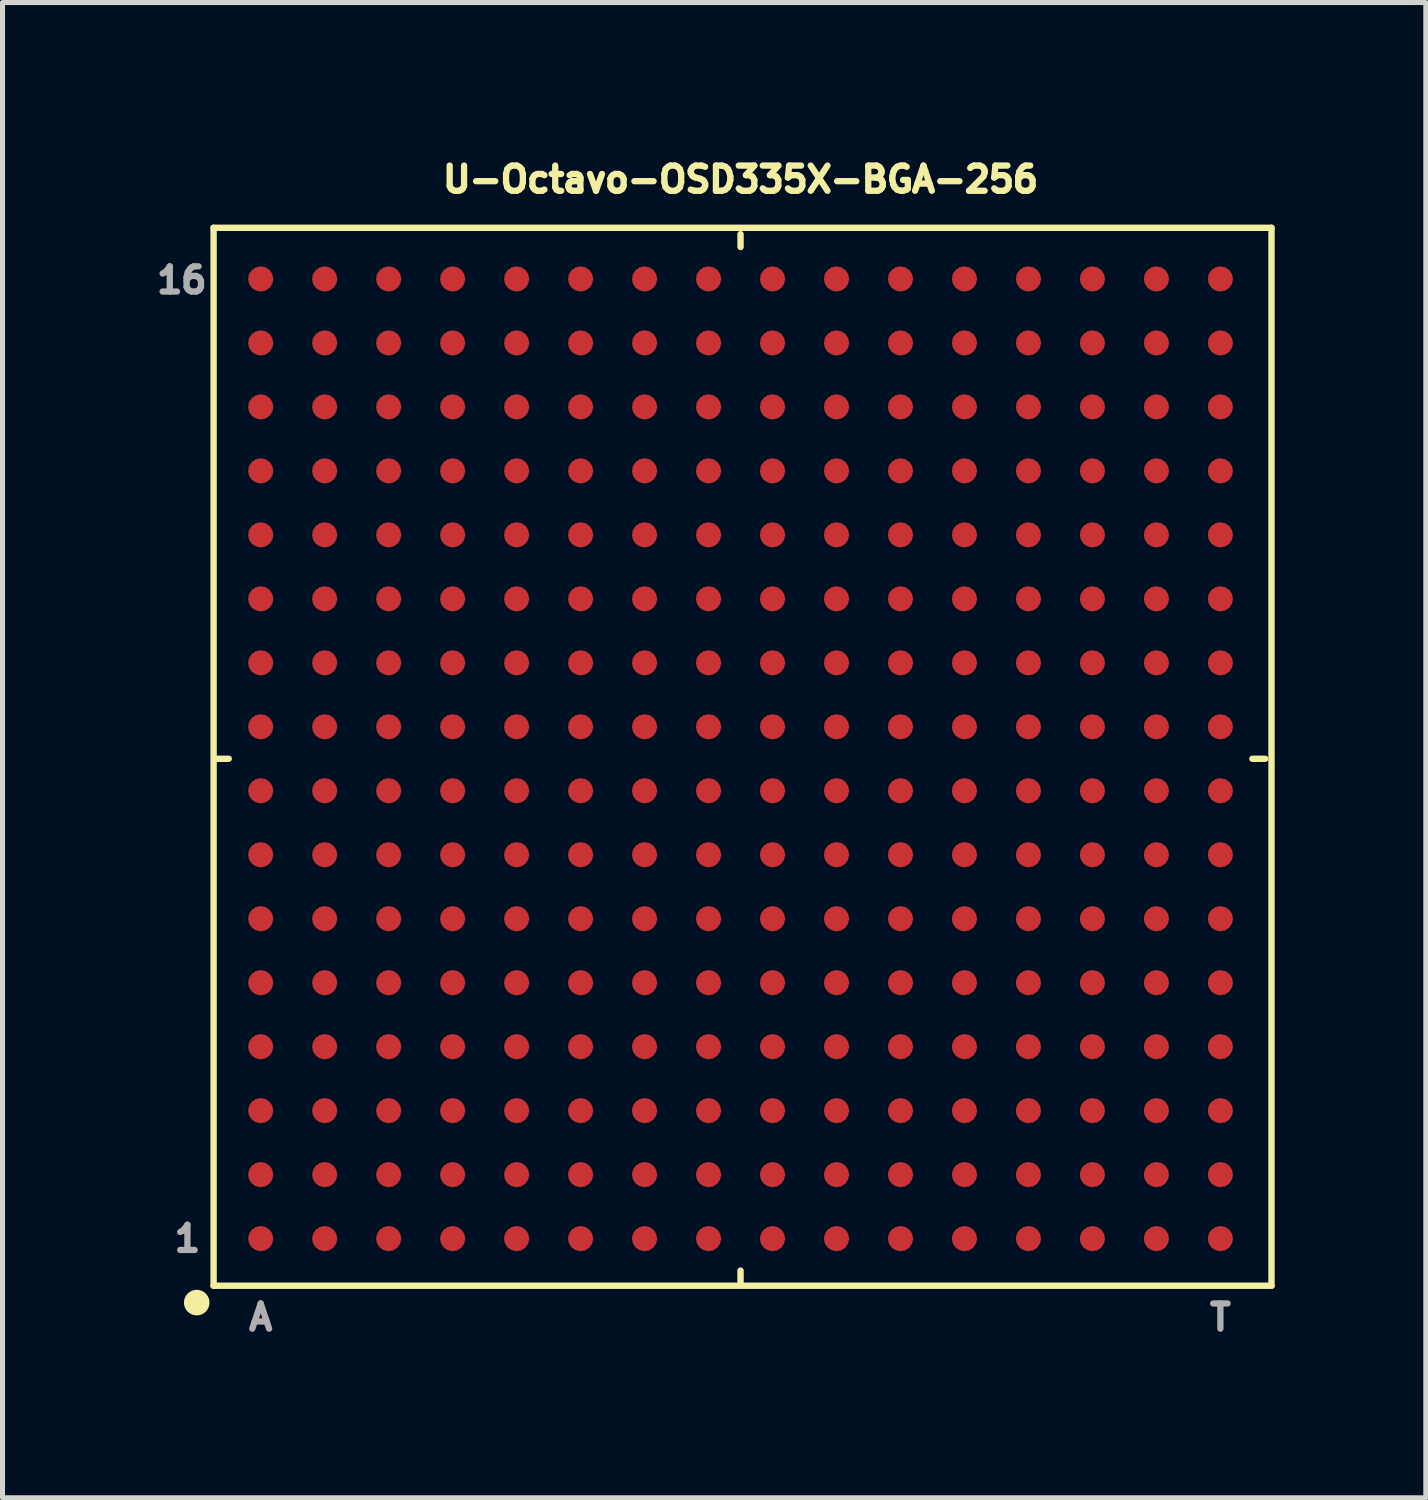
<source format=kicad_pcb>
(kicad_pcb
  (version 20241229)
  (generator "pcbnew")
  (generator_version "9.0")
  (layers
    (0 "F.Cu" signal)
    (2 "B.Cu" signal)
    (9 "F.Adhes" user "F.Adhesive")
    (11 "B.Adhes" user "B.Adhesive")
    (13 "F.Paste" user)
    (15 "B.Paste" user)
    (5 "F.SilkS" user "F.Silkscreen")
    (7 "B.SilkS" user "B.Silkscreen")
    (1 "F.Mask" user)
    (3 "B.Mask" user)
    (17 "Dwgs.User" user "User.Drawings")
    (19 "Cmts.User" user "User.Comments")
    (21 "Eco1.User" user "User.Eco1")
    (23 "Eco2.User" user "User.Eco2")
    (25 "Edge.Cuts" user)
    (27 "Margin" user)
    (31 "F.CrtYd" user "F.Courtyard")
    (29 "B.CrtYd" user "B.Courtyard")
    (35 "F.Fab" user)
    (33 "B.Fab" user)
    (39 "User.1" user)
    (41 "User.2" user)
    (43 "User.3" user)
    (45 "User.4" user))
  (footprint "U-Octavo-OSD335X-BGA-256"
    (layer "F.Cu")
    (at 11.65 12.012)
    (property "Reference" "U-Octavo-OSD335X-BGA-256" (at 0 -11.5 180) (layer "F.SilkS") (effects (font (size 0.5 0.5) (thickness 0.125) (bold yes))))
    (fp_line (start -10.46 -10.54) (end -10.46 10.46) (stroke (width 0.127) (type solid)) (layer "F.SilkS"))
    (fp_line (start -10.46 10.46) (end 10.54 10.46) (stroke (width 0.127) (type solid)) (layer "F.SilkS"))
    (fp_line (start -10.414 0) (end -10.16 0) (stroke (width 0.127) (type solid)) (layer "F.SilkS"))
    (fp_line (start 0 -10.414) (end 0 -10.16) (stroke (width 0.127) (type solid)) (layer "F.SilkS"))
    (fp_line (start 0 10.414) (end 0 10.16) (stroke (width 0.127) (type solid)) (layer "F.SilkS"))
    (fp_line (start 10.414 0) (end 10.16 0) (stroke (width 0.127) (type solid)) (layer "F.SilkS"))
    (fp_line (start 10.54 -10.54) (end -10.46 -10.54) (stroke (width 0.127) (type solid)) (layer "F.SilkS"))
    (fp_line (start 10.54 10.46) (end 10.54 -10.54) (stroke (width 0.127) (type solid)) (layer "F.SilkS"))
    (fp_circle (center -10.795 10.795) (end -10.668 10.795) (stroke (width 0.254) (type solid)) (fill no) (layer "F.SilkS"))
    (fp_text user "A" (at -9.525 10.795 180) (layer "F.Fab") (effects (font (size 0.5 0.5) (thickness 0.125) (bold yes)) (justify top)))
    (fp_text user "1" (at -11.3 9.525 180) (layer "F.Fab") (effects (font (size 0.5 0.5) (thickness 0.125) (bold yes)) (justify left)))
    (fp_text user "16" (at -11.65 -9.5 180) (layer "F.Fab") (effects (font (size 0.5 0.5) (thickness 0.125) (bold yes)) (justify left)))
    (fp_text user "T" (at 9.525 10.795 180) (layer "F.Fab") (effects (font (size 0.5 0.5) (thickness 0.125) (bold yes)) (justify top)))
    (pad "A1" smd roundrect (at -9.525 9.525) (size 0.5 0.5) (layers "F.Cu" "F.Mask" "F.Paste") (roundrect_rratio 0.5))
    (pad "A2" smd roundrect (at -9.525 8.255) (size 0.5 0.5) (layers "F.Cu" "F.Mask" "F.Paste") (roundrect_rratio 0.5))
    (pad "A3" smd roundrect (at -9.525 6.985) (size 0.5 0.5) (layers "F.Cu" "F.Mask" "F.Paste") (roundrect_rratio 0.5))
    (pad "A4" smd roundrect (at -9.525 5.715) (size 0.5 0.5) (layers "F.Cu" "F.Mask" "F.Paste") (roundrect_rratio 0.5))
    (pad "A5" smd roundrect (at -9.525 4.445) (size 0.5 0.5) (layers "F.Cu" "F.Mask" "F.Paste") (roundrect_rratio 0.5))
    (pad "A6" smd roundrect (at -9.525 3.175) (size 0.5 0.5) (layers "F.Cu" "F.Mask" "F.Paste") (roundrect_rratio 0.5))
    (pad "A7" smd roundrect (at -9.525 1.905) (size 0.5 0.5) (layers "F.Cu" "F.Mask" "F.Paste") (roundrect_rratio 0.5))
    (pad "A8" smd roundrect (at -9.525 0.635) (size 0.5 0.5) (layers "F.Cu" "F.Mask" "F.Paste") (roundrect_rratio 0.5))
    (pad "A9" smd roundrect (at -9.525 -0.635) (size 0.5 0.5) (layers "F.Cu" "F.Mask" "F.Paste") (roundrect_rratio 0.5))
    (pad "A10" smd roundrect (at -9.525 -1.905) (size 0.5 0.5) (layers "F.Cu" "F.Mask" "F.Paste") (roundrect_rratio 0.5))
    (pad "A11" smd roundrect (at -9.525 -3.175) (size 0.5 0.5) (layers "F.Cu" "F.Mask" "F.Paste") (roundrect_rratio 0.5))
    (pad "A12" smd roundrect (at -9.525 -4.445) (size 0.5 0.5) (layers "F.Cu" "F.Mask" "F.Paste") (roundrect_rratio 0.5))
    (pad "A13" smd roundrect (at -9.525 -5.715) (size 0.5 0.5) (layers "F.Cu" "F.Mask" "F.Paste") (roundrect_rratio 0.5))
    (pad "A14" smd roundrect (at -9.525 -6.985) (size 0.5 0.5) (layers "F.Cu" "F.Mask" "F.Paste") (roundrect_rratio 0.5))
    (pad "A15" smd roundrect (at -9.525 -8.255) (size 0.5 0.5) (layers "F.Cu" "F.Mask" "F.Paste") (roundrect_rratio 0.5))
    (pad "A16" smd roundrect (at -9.525 -9.525) (size 0.5 0.5) (layers "F.Cu" "F.Mask" "F.Paste") (roundrect_rratio 0.5))
    (pad "B1" smd roundrect (at -8.255 9.525) (size 0.5 0.5) (layers "F.Cu" "F.Mask" "F.Paste") (roundrect_rratio 0.5))
    (pad "B2" smd roundrect (at -8.255 8.255) (size 0.5 0.5) (layers "F.Cu" "F.Mask" "F.Paste") (roundrect_rratio 0.5))
    (pad "B3" smd roundrect (at -8.255 6.985) (size 0.5 0.5) (layers "F.Cu" "F.Mask" "F.Paste") (roundrect_rratio 0.5))
    (pad "B4" smd roundrect (at -8.255 5.715) (size 0.5 0.5) (layers "F.Cu" "F.Mask" "F.Paste") (roundrect_rratio 0.5))
    (pad "B5" smd roundrect (at -8.255 4.445) (size 0.5 0.5) (layers "F.Cu" "F.Mask" "F.Paste") (roundrect_rratio 0.5))
    (pad "B6" smd roundrect (at -8.255 3.175) (size 0.5 0.5) (layers "F.Cu" "F.Mask" "F.Paste") (roundrect_rratio 0.5))
    (pad "B7" smd roundrect (at -8.255 1.905) (size 0.5 0.5) (layers "F.Cu" "F.Mask" "F.Paste") (roundrect_rratio 0.5))
    (pad "B8" smd roundrect (at -8.255 0.635) (size 0.5 0.5) (layers "F.Cu" "F.Mask" "F.Paste") (roundrect_rratio 0.5))
    (pad "B9" smd roundrect (at -8.255 -0.635) (size 0.5 0.5) (layers "F.Cu" "F.Mask" "F.Paste") (roundrect_rratio 0.5))
    (pad "B10" smd roundrect (at -8.255 -1.905) (size 0.5 0.5) (layers "F.Cu" "F.Mask" "F.Paste") (roundrect_rratio 0.5))
    (pad "B11" smd roundrect (at -8.255 -3.175) (size 0.5 0.5) (layers "F.Cu" "F.Mask" "F.Paste") (roundrect_rratio 0.5))
    (pad "B12" smd roundrect (at -8.255 -4.445) (size 0.5 0.5) (layers "F.Cu" "F.Mask" "F.Paste") (roundrect_rratio 0.5))
    (pad "B13" smd roundrect (at -8.255 -5.715) (size 0.5 0.5) (layers "F.Cu" "F.Mask" "F.Paste") (roundrect_rratio 0.5))
    (pad "B14" smd roundrect (at -8.255 -6.985) (size 0.5 0.5) (layers "F.Cu" "F.Mask" "F.Paste") (roundrect_rratio 0.5))
    (pad "B15" smd roundrect (at -8.255 -8.255) (size 0.5 0.5) (layers "F.Cu" "F.Mask" "F.Paste") (roundrect_rratio 0.5))
    (pad "B16" smd roundrect (at -8.255 -9.525) (size 0.5 0.5) (layers "F.Cu" "F.Mask" "F.Paste") (roundrect_rratio 0.5))
    (pad "C1" smd roundrect (at -6.985 9.525) (size 0.5 0.5) (layers "F.Cu" "F.Mask" "F.Paste") (roundrect_rratio 0.5))
    (pad "C2" smd roundrect (at -6.985 8.255) (size 0.5 0.5) (layers "F.Cu" "F.Mask" "F.Paste") (roundrect_rratio 0.5))
    (pad "C3" smd roundrect (at -6.985 6.985) (size 0.5 0.5) (layers "F.Cu" "F.Mask" "F.Paste") (roundrect_rratio 0.5))
    (pad "C4" smd roundrect (at -6.985 5.715) (size 0.5 0.5) (layers "F.Cu" "F.Mask" "F.Paste") (roundrect_rratio 0.5))
    (pad "C5" smd roundrect (at -6.985 4.445) (size 0.5 0.5) (layers "F.Cu" "F.Mask" "F.Paste") (roundrect_rratio 0.5))
    (pad "C6" smd roundrect (at -6.985 3.175) (size 0.5 0.5) (layers "F.Cu" "F.Mask" "F.Paste") (roundrect_rratio 0.5))
    (pad "C7" smd roundrect (at -6.985 1.905) (size 0.5 0.5) (layers "F.Cu" "F.Mask" "F.Paste") (roundrect_rratio 0.5))
    (pad "C8" smd roundrect (at -6.985 0.635) (size 0.5 0.5) (layers "F.Cu" "F.Mask" "F.Paste") (roundrect_rratio 0.5))
    (pad "C9" smd roundrect (at -6.985 -0.635) (size 0.5 0.5) (layers "F.Cu" "F.Mask" "F.Paste") (roundrect_rratio 0.5))
    (pad "C10" smd roundrect (at -6.985 -1.905) (size 0.5 0.5) (layers "F.Cu" "F.Mask" "F.Paste") (roundrect_rratio 0.5))
    (pad "C11" smd roundrect (at -6.985 -3.175) (size 0.5 0.5) (layers "F.Cu" "F.Mask" "F.Paste") (roundrect_rratio 0.5))
    (pad "C12" smd roundrect (at -6.985 -4.445) (size 0.5 0.5) (layers "F.Cu" "F.Mask" "F.Paste") (roundrect_rratio 0.5))
    (pad "C13" smd roundrect (at -6.985 -5.715) (size 0.5 0.5) (layers "F.Cu" "F.Mask" "F.Paste") (roundrect_rratio 0.5))
    (pad "C14" smd roundrect (at -6.985 -6.985) (size 0.5 0.5) (layers "F.Cu" "F.Mask" "F.Paste") (roundrect_rratio 0.5))
    (pad "C15" smd roundrect (at -6.985 -8.255) (size 0.5 0.5) (layers "F.Cu" "F.Mask" "F.Paste") (roundrect_rratio 0.5))
    (pad "C16" smd roundrect (at -6.985 -9.525) (size 0.5 0.5) (layers "F.Cu" "F.Mask" "F.Paste") (roundrect_rratio 0.5))
    (pad "D1" smd roundrect (at -5.715 9.525) (size 0.5 0.5) (layers "F.Cu" "F.Mask" "F.Paste") (roundrect_rratio 0.5))
    (pad "D2" smd roundrect (at -5.715 8.255) (size 0.5 0.5) (layers "F.Cu" "F.Mask" "F.Paste") (roundrect_rratio 0.5))
    (pad "D3" smd roundrect (at -5.715 6.985) (size 0.5 0.5) (layers "F.Cu" "F.Mask" "F.Paste") (roundrect_rratio 0.5))
    (pad "D4" smd roundrect (at -5.715 5.715) (size 0.5 0.5) (layers "F.Cu" "F.Mask" "F.Paste") (roundrect_rratio 0.5))
    (pad "D5" smd roundrect (at -5.715 4.445) (size 0.5 0.5) (layers "F.Cu" "F.Mask" "F.Paste") (roundrect_rratio 0.5))
    (pad "D6" smd roundrect (at -5.715 3.175) (size 0.5 0.5) (layers "F.Cu" "F.Mask" "F.Paste") (roundrect_rratio 0.5))
    (pad "D7" smd roundrect (at -5.715 1.905) (size 0.5 0.5) (layers "F.Cu" "F.Mask" "F.Paste") (roundrect_rratio 0.5))
    (pad "D8" smd roundrect (at -5.715 0.635) (size 0.5 0.5) (layers "F.Cu" "F.Mask" "F.Paste") (roundrect_rratio 0.5))
    (pad "D9" smd roundrect (at -5.715 -0.635) (size 0.5 0.5) (layers "F.Cu" "F.Mask" "F.Paste") (roundrect_rratio 0.5))
    (pad "D10" smd roundrect (at -5.715 -1.905) (size 0.5 0.5) (layers "F.Cu" "F.Mask" "F.Paste") (roundrect_rratio 0.5))
    (pad "D11" smd roundrect (at -5.715 -3.175) (size 0.5 0.5) (layers "F.Cu" "F.Mask" "F.Paste") (roundrect_rratio 0.5))
    (pad "D12" smd roundrect (at -5.715 -4.445) (size 0.5 0.5) (layers "F.Cu" "F.Mask" "F.Paste") (roundrect_rratio 0.5))
    (pad "D13" smd roundrect (at -5.715 -5.715) (size 0.5 0.5) (layers "F.Cu" "F.Mask" "F.Paste") (roundrect_rratio 0.5))
    (pad "D14" smd roundrect (at -5.715 -6.985) (size 0.5 0.5) (layers "F.Cu" "F.Mask" "F.Paste") (roundrect_rratio 0.5))
    (pad "D15" smd roundrect (at -5.715 -8.255) (size 0.5 0.5) (layers "F.Cu" "F.Mask" "F.Paste") (roundrect_rratio 0.5))
    (pad "D16" smd roundrect (at -5.715 -9.525) (size 0.5 0.5) (layers "F.Cu" "F.Mask" "F.Paste") (roundrect_rratio 0.5))
    (pad "E1" smd roundrect (at -4.445 9.525) (size 0.5 0.5) (layers "F.Cu" "F.Mask" "F.Paste") (roundrect_rratio 0.5))
    (pad "E2" smd roundrect (at -4.445 8.255) (size 0.5 0.5) (layers "F.Cu" "F.Mask" "F.Paste") (roundrect_rratio 0.5))
    (pad "E3" smd roundrect (at -4.445 6.985) (size 0.5 0.5) (layers "F.Cu" "F.Mask" "F.Paste") (roundrect_rratio 0.5))
    (pad "E4" smd roundrect (at -4.445 5.715) (size 0.5 0.5) (layers "F.Cu" "F.Mask" "F.Paste") (roundrect_rratio 0.5))
    (pad "E5" smd roundrect (at -4.445 4.445) (size 0.5 0.5) (layers "F.Cu" "F.Mask" "F.Paste") (roundrect_rratio 0.5))
    (pad "E6" smd roundrect (at -4.445 3.175) (size 0.5 0.5) (layers "F.Cu" "F.Mask" "F.Paste") (roundrect_rratio 0.5))
    (pad "E7" smd roundrect (at -4.445 1.905) (size 0.5 0.5) (layers "F.Cu" "F.Mask" "F.Paste") (roundrect_rratio 0.5))
    (pad "E8" smd roundrect (at -4.445 0.635) (size 0.5 0.5) (layers "F.Cu" "F.Mask" "F.Paste") (roundrect_rratio 0.5))
    (pad "E9" smd roundrect (at -4.445 -0.635) (size 0.5 0.5) (layers "F.Cu" "F.Mask" "F.Paste") (roundrect_rratio 0.5))
    (pad "E10" smd roundrect (at -4.445 -1.905) (size 0.5 0.5) (layers "F.Cu" "F.Mask" "F.Paste") (roundrect_rratio 0.5))
    (pad "E11" smd roundrect (at -4.445 -3.175) (size 0.5 0.5) (layers "F.Cu" "F.Mask" "F.Paste") (roundrect_rratio 0.5))
    (pad "E12" smd roundrect (at -4.445 -4.445) (size 0.5 0.5) (layers "F.Cu" "F.Mask" "F.Paste") (roundrect_rratio 0.5))
    (pad "E13" smd roundrect (at -4.445 -5.715) (size 0.5 0.5) (layers "F.Cu" "F.Mask" "F.Paste") (roundrect_rratio 0.5))
    (pad "E14" smd roundrect (at -4.445 -6.985) (size 0.5 0.5) (layers "F.Cu" "F.Mask" "F.Paste") (roundrect_rratio 0.5))
    (pad "E15" smd roundrect (at -4.445 -8.255) (size 0.5 0.5) (layers "F.Cu" "F.Mask" "F.Paste") (roundrect_rratio 0.5))
    (pad "E16" smd roundrect (at -4.445 -9.525) (size 0.5 0.5) (layers "F.Cu" "F.Mask" "F.Paste") (roundrect_rratio 0.5))
    (pad "F1" smd roundrect (at -3.175 9.525) (size 0.5 0.5) (layers "F.Cu" "F.Mask" "F.Paste") (roundrect_rratio 0.5))
    (pad "F2" smd roundrect (at -3.175 8.255) (size 0.5 0.5) (layers "F.Cu" "F.Mask" "F.Paste") (roundrect_rratio 0.5))
    (pad "F3" smd roundrect (at -3.175 6.985) (size 0.5 0.5) (layers "F.Cu" "F.Mask" "F.Paste") (roundrect_rratio 0.5))
    (pad "F4" smd roundrect (at -3.175 5.715) (size 0.5 0.5) (layers "F.Cu" "F.Mask" "F.Paste") (roundrect_rratio 0.5))
    (pad "F5" smd roundrect (at -3.175 4.445) (size 0.5 0.5) (layers "F.Cu" "F.Mask" "F.Paste") (roundrect_rratio 0.5))
    (pad "F6" smd roundrect (at -3.175 3.175) (size 0.5 0.5) (layers "F.Cu" "F.Mask" "F.Paste") (roundrect_rratio 0.5))
    (pad "F7" smd roundrect (at -3.175 1.905) (size 0.5 0.5) (layers "F.Cu" "F.Mask" "F.Paste") (roundrect_rratio 0.5))
    (pad "F8" smd roundrect (at -3.175 0.635) (size 0.5 0.5) (layers "F.Cu" "F.Mask" "F.Paste") (roundrect_rratio 0.5))
    (pad "F9" smd roundrect (at -3.175 -0.635) (size 0.5 0.5) (layers "F.Cu" "F.Mask" "F.Paste") (roundrect_rratio 0.5))
    (pad "F10" smd roundrect (at -3.175 -1.905) (size 0.5 0.5) (layers "F.Cu" "F.Mask" "F.Paste") (roundrect_rratio 0.5))
    (pad "F11" smd roundrect (at -3.175 -3.175) (size 0.5 0.5) (layers "F.Cu" "F.Mask" "F.Paste") (roundrect_rratio 0.5))
    (pad "F12" smd roundrect (at -3.175 -4.445) (size 0.5 0.5) (layers "F.Cu" "F.Mask" "F.Paste") (roundrect_rratio 0.5))
    (pad "F13" smd roundrect (at -3.175 -5.715) (size 0.5 0.5) (layers "F.Cu" "F.Mask" "F.Paste") (roundrect_rratio 0.5))
    (pad "F14" smd roundrect (at -3.175 -6.985) (size 0.5 0.5) (layers "F.Cu" "F.Mask" "F.Paste") (roundrect_rratio 0.5))
    (pad "F15" smd roundrect (at -3.175 -8.255) (size 0.5 0.5) (layers "F.Cu" "F.Mask" "F.Paste") (roundrect_rratio 0.5))
    (pad "F16" smd roundrect (at -3.175 -9.525) (size 0.5 0.5) (layers "F.Cu" "F.Mask" "F.Paste") (roundrect_rratio 0.5))
    (pad "G1" smd roundrect (at -1.905 9.525) (size 0.5 0.5) (layers "F.Cu" "F.Mask" "F.Paste") (roundrect_rratio 0.5))
    (pad "G2" smd roundrect (at -1.905 8.255) (size 0.5 0.5) (layers "F.Cu" "F.Mask" "F.Paste") (roundrect_rratio 0.5))
    (pad "G3" smd roundrect (at -1.905 6.985) (size 0.5 0.5) (layers "F.Cu" "F.Mask" "F.Paste") (roundrect_rratio 0.5))
    (pad "G4" smd roundrect (at -1.905 5.715) (size 0.5 0.5) (layers "F.Cu" "F.Mask" "F.Paste") (roundrect_rratio 0.5))
    (pad "G5" smd roundrect (at -1.905 4.445) (size 0.5 0.5) (layers "F.Cu" "F.Mask" "F.Paste") (roundrect_rratio 0.5))
    (pad "G6" smd roundrect (at -1.905 3.175) (size 0.5 0.5) (layers "F.Cu" "F.Mask" "F.Paste") (roundrect_rratio 0.5))
    (pad "G7" smd roundrect (at -1.905 1.905) (size 0.5 0.5) (layers "F.Cu" "F.Mask" "F.Paste") (roundrect_rratio 0.5))
    (pad "G8" smd roundrect (at -1.905 0.635) (size 0.5 0.5) (layers "F.Cu" "F.Mask" "F.Paste") (roundrect_rratio 0.5))
    (pad "G9" smd roundrect (at -1.905 -0.635) (size 0.5 0.5) (layers "F.Cu" "F.Mask" "F.Paste") (roundrect_rratio 0.5))
    (pad "G10" smd roundrect (at -1.905 -1.905) (size 0.5 0.5) (layers "F.Cu" "F.Mask" "F.Paste") (roundrect_rratio 0.5))
    (pad "G11" smd roundrect (at -1.905 -3.175) (size 0.5 0.5) (layers "F.Cu" "F.Mask" "F.Paste") (roundrect_rratio 0.5))
    (pad "G12" smd roundrect (at -1.905 -4.445) (size 0.5 0.5) (layers "F.Cu" "F.Mask" "F.Paste") (roundrect_rratio 0.5))
    (pad "G13" smd roundrect (at -1.905 -5.715) (size 0.5 0.5) (layers "F.Cu" "F.Mask" "F.Paste") (roundrect_rratio 0.5))
    (pad "G14" smd roundrect (at -1.905 -6.985) (size 0.5 0.5) (layers "F.Cu" "F.Mask" "F.Paste") (roundrect_rratio 0.5))
    (pad "G15" smd roundrect (at -1.905 -8.255) (size 0.5 0.5) (layers "F.Cu" "F.Mask" "F.Paste") (roundrect_rratio 0.5))
    (pad "G16" smd roundrect (at -1.905 -9.525) (size 0.5 0.5) (layers "F.Cu" "F.Mask" "F.Paste") (roundrect_rratio 0.5))
    (pad "H1" smd roundrect (at -0.635 9.525) (size 0.5 0.5) (layers "F.Cu" "F.Mask" "F.Paste") (roundrect_rratio 0.5))
    (pad "H2" smd roundrect (at -0.635 8.255) (size 0.5 0.5) (layers "F.Cu" "F.Mask" "F.Paste") (roundrect_rratio 0.5))
    (pad "H3" smd roundrect (at -0.635 6.985) (size 0.5 0.5) (layers "F.Cu" "F.Mask" "F.Paste") (roundrect_rratio 0.5))
    (pad "H4" smd roundrect (at -0.635 5.715) (size 0.5 0.5) (layers "F.Cu" "F.Mask" "F.Paste") (roundrect_rratio 0.5))
    (pad "H5" smd roundrect (at -0.635 4.445) (size 0.5 0.5) (layers "F.Cu" "F.Mask" "F.Paste") (roundrect_rratio 0.5))
    (pad "H6" smd roundrect (at -0.635 3.175) (size 0.5 0.5) (layers "F.Cu" "F.Mask" "F.Paste") (roundrect_rratio 0.5))
    (pad "H7" smd roundrect (at -0.635 1.905) (size 0.5 0.5) (layers "F.Cu" "F.Mask" "F.Paste") (roundrect_rratio 0.5))
    (pad "H8" smd roundrect (at -0.635 0.635) (size 0.5 0.5) (layers "F.Cu" "F.Mask" "F.Paste") (roundrect_rratio 0.5))
    (pad "H9" smd roundrect (at -0.635 -0.635) (size 0.5 0.5) (layers "F.Cu" "F.Mask" "F.Paste") (roundrect_rratio 0.5))
    (pad "H10" smd roundrect (at -0.635 -1.905) (size 0.5 0.5) (layers "F.Cu" "F.Mask" "F.Paste") (roundrect_rratio 0.5))
    (pad "H11" smd roundrect (at -0.635 -3.175) (size 0.5 0.5) (layers "F.Cu" "F.Mask" "F.Paste") (roundrect_rratio 0.5))
    (pad "H12" smd roundrect (at -0.635 -4.445) (size 0.5 0.5) (layers "F.Cu" "F.Mask" "F.Paste") (roundrect_rratio 0.5))
    (pad "H13" smd roundrect (at -0.635 -5.715) (size 0.5 0.5) (layers "F.Cu" "F.Mask" "F.Paste") (roundrect_rratio 0.5))
    (pad "H14" smd roundrect (at -0.635 -6.985) (size 0.5 0.5) (layers "F.Cu" "F.Mask" "F.Paste") (roundrect_rratio 0.5))
    (pad "H15" smd roundrect (at -0.635 -8.255) (size 0.5 0.5) (layers "F.Cu" "F.Mask" "F.Paste") (roundrect_rratio 0.5))
    (pad "H16" smd roundrect (at -0.635 -9.525) (size 0.5 0.5) (layers "F.Cu" "F.Mask" "F.Paste") (roundrect_rratio 0.5))
    (pad "J1" smd roundrect (at 0.635 9.525) (size 0.5 0.5) (layers "F.Cu" "F.Mask" "F.Paste") (roundrect_rratio 0.5))
    (pad "J2" smd roundrect (at 0.635 8.255) (size 0.5 0.5) (layers "F.Cu" "F.Mask" "F.Paste") (roundrect_rratio 0.5))
    (pad "J3" smd roundrect (at 0.635 6.985) (size 0.5 0.5) (layers "F.Cu" "F.Mask" "F.Paste") (roundrect_rratio 0.5))
    (pad "J4" smd roundrect (at 0.635 5.715) (size 0.5 0.5) (layers "F.Cu" "F.Mask" "F.Paste") (roundrect_rratio 0.5))
    (pad "J5" smd roundrect (at 0.635 4.445) (size 0.5 0.5) (layers "F.Cu" "F.Mask" "F.Paste") (roundrect_rratio 0.5))
    (pad "J6" smd roundrect (at 0.635 3.175) (size 0.5 0.5) (layers "F.Cu" "F.Mask" "F.Paste") (roundrect_rratio 0.5))
    (pad "J7" smd roundrect (at 0.635 1.905) (size 0.5 0.5) (layers "F.Cu" "F.Mask" "F.Paste") (roundrect_rratio 0.5))
    (pad "J8" smd roundrect (at 0.635 0.635) (size 0.5 0.5) (layers "F.Cu" "F.Mask" "F.Paste") (roundrect_rratio 0.5))
    (pad "J9" smd roundrect (at 0.635 -0.635) (size 0.5 0.5) (layers "F.Cu" "F.Mask" "F.Paste") (roundrect_rratio 0.5))
    (pad "J10" smd roundrect (at 0.635 -1.905) (size 0.5 0.5) (layers "F.Cu" "F.Mask" "F.Paste") (roundrect_rratio 0.5))
    (pad "J11" smd roundrect (at 0.635 -3.175) (size 0.5 0.5) (layers "F.Cu" "F.Mask" "F.Paste") (roundrect_rratio 0.5))
    (pad "J12" smd roundrect (at 0.635 -4.445) (size 0.5 0.5) (layers "F.Cu" "F.Mask" "F.Paste") (roundrect_rratio 0.5))
    (pad "J13" smd roundrect (at 0.635 -5.715) (size 0.5 0.5) (layers "F.Cu" "F.Mask" "F.Paste") (roundrect_rratio 0.5))
    (pad "J14" smd roundrect (at 0.635 -6.985) (size 0.5 0.5) (layers "F.Cu" "F.Mask" "F.Paste") (roundrect_rratio 0.5))
    (pad "J15" smd roundrect (at 0.635 -8.255) (size 0.5 0.5) (layers "F.Cu" "F.Mask" "F.Paste") (roundrect_rratio 0.5))
    (pad "J16" smd roundrect (at 0.635 -9.525) (size 0.5 0.5) (layers "F.Cu" "F.Mask" "F.Paste") (roundrect_rratio 0.5))
    (pad "K1" smd roundrect (at 1.905 9.525) (size 0.5 0.5) (layers "F.Cu" "F.Mask" "F.Paste") (roundrect_rratio 0.5))
    (pad "K2" smd roundrect (at 1.905 8.255) (size 0.5 0.5) (layers "F.Cu" "F.Mask" "F.Paste") (roundrect_rratio 0.5))
    (pad "K3" smd roundrect (at 1.905 6.985) (size 0.5 0.5) (layers "F.Cu" "F.Mask" "F.Paste") (roundrect_rratio 0.5))
    (pad "K4" smd roundrect (at 1.905 5.715) (size 0.5 0.5) (layers "F.Cu" "F.Mask" "F.Paste") (roundrect_rratio 0.5))
    (pad "K5" smd roundrect (at 1.905 4.445) (size 0.5 0.5) (layers "F.Cu" "F.Mask" "F.Paste") (roundrect_rratio 0.5))
    (pad "K6" smd roundrect (at 1.905 3.175) (size 0.5 0.5) (layers "F.Cu" "F.Mask" "F.Paste") (roundrect_rratio 0.5))
    (pad "K7" smd roundrect (at 1.905 1.905) (size 0.5 0.5) (layers "F.Cu" "F.Mask" "F.Paste") (roundrect_rratio 0.5))
    (pad "K8" smd roundrect (at 1.905 0.635) (size 0.5 0.5) (layers "F.Cu" "F.Mask" "F.Paste") (roundrect_rratio 0.5))
    (pad "K9" smd roundrect (at 1.905 -0.635) (size 0.5 0.5) (layers "F.Cu" "F.Mask" "F.Paste") (roundrect_rratio 0.5))
    (pad "K10" smd roundrect (at 1.905 -1.905) (size 0.5 0.5) (layers "F.Cu" "F.Mask" "F.Paste") (roundrect_rratio 0.5))
    (pad "K11" smd roundrect (at 1.905 -3.175) (size 0.5 0.5) (layers "F.Cu" "F.Mask" "F.Paste") (roundrect_rratio 0.5))
    (pad "K12" smd roundrect (at 1.905 -4.445) (size 0.5 0.5) (layers "F.Cu" "F.Mask" "F.Paste") (roundrect_rratio 0.5))
    (pad "K13" smd roundrect (at 1.905 -5.715) (size 0.5 0.5) (layers "F.Cu" "F.Mask" "F.Paste") (roundrect_rratio 0.5))
    (pad "K14" smd roundrect (at 1.905 -6.985) (size 0.5 0.5) (layers "F.Cu" "F.Mask" "F.Paste") (roundrect_rratio 0.5))
    (pad "K15" smd roundrect (at 1.905 -8.255) (size 0.5 0.5) (layers "F.Cu" "F.Mask" "F.Paste") (roundrect_rratio 0.5))
    (pad "K16" smd roundrect (at 1.905 -9.525) (size 0.5 0.5) (layers "F.Cu" "F.Mask" "F.Paste") (roundrect_rratio 0.5))
    (pad "L1" smd roundrect (at 3.175 9.525) (size 0.5 0.5) (layers "F.Cu" "F.Mask" "F.Paste") (roundrect_rratio 0.5))
    (pad "L2" smd roundrect (at 3.175 8.255) (size 0.5 0.5) (layers "F.Cu" "F.Mask" "F.Paste") (roundrect_rratio 0.5))
    (pad "L3" smd roundrect (at 3.175 6.985) (size 0.5 0.5) (layers "F.Cu" "F.Mask" "F.Paste") (roundrect_rratio 0.5))
    (pad "L4" smd roundrect (at 3.175 5.715) (size 0.5 0.5) (layers "F.Cu" "F.Mask" "F.Paste") (roundrect_rratio 0.5))
    (pad "L5" smd roundrect (at 3.175 4.445) (size 0.5 0.5) (layers "F.Cu" "F.Mask" "F.Paste") (roundrect_rratio 0.5))
    (pad "L6" smd roundrect (at 3.175 3.175) (size 0.5 0.5) (layers "F.Cu" "F.Mask" "F.Paste") (roundrect_rratio 0.5))
    (pad "L7" smd roundrect (at 3.175 1.905) (size 0.5 0.5) (layers "F.Cu" "F.Mask" "F.Paste") (roundrect_rratio 0.5))
    (pad "L8" smd roundrect (at 3.175 0.635) (size 0.5 0.5) (layers "F.Cu" "F.Mask" "F.Paste") (roundrect_rratio 0.5))
    (pad "L9" smd roundrect (at 3.175 -0.635) (size 0.5 0.5) (layers "F.Cu" "F.Mask" "F.Paste") (roundrect_rratio 0.5))
    (pad "L10" smd roundrect (at 3.175 -1.905) (size 0.5 0.5) (layers "F.Cu" "F.Mask" "F.Paste") (roundrect_rratio 0.5))
    (pad "L11" smd roundrect (at 3.175 -3.175) (size 0.5 0.5) (layers "F.Cu" "F.Mask" "F.Paste") (roundrect_rratio 0.5))
    (pad "L12" smd roundrect (at 3.175 -4.445) (size 0.5 0.5) (layers "F.Cu" "F.Mask" "F.Paste") (roundrect_rratio 0.5))
    (pad "L13" smd roundrect (at 3.175 -5.715) (size 0.5 0.5) (layers "F.Cu" "F.Mask" "F.Paste") (roundrect_rratio 0.5))
    (pad "L14" smd roundrect (at 3.175 -6.985) (size 0.5 0.5) (layers "F.Cu" "F.Mask" "F.Paste") (roundrect_rratio 0.5))
    (pad "L15" smd roundrect (at 3.175 -8.255) (size 0.5 0.5) (layers "F.Cu" "F.Mask" "F.Paste") (roundrect_rratio 0.5))
    (pad "L16" smd roundrect (at 3.175 -9.525) (size 0.5 0.5) (layers "F.Cu" "F.Mask" "F.Paste") (roundrect_rratio 0.5))
    (pad "M1" smd roundrect (at 4.445 9.525) (size 0.5 0.5) (layers "F.Cu" "F.Mask" "F.Paste") (roundrect_rratio 0.5))
    (pad "M2" smd roundrect (at 4.445 8.255) (size 0.5 0.5) (layers "F.Cu" "F.Mask" "F.Paste") (roundrect_rratio 0.5))
    (pad "M3" smd roundrect (at 4.445 6.985) (size 0.5 0.5) (layers "F.Cu" "F.Mask" "F.Paste") (roundrect_rratio 0.5))
    (pad "M4" smd roundrect (at 4.445 5.715) (size 0.5 0.5) (layers "F.Cu" "F.Mask" "F.Paste") (roundrect_rratio 0.5))
    (pad "M5" smd roundrect (at 4.445 4.445) (size 0.5 0.5) (layers "F.Cu" "F.Mask" "F.Paste") (roundrect_rratio 0.5))
    (pad "M6" smd roundrect (at 4.445 3.175) (size 0.5 0.5) (layers "F.Cu" "F.Mask" "F.Paste") (roundrect_rratio 0.5))
    (pad "M7" smd roundrect (at 4.445 1.905) (size 0.5 0.5) (layers "F.Cu" "F.Mask" "F.Paste") (roundrect_rratio 0.5))
    (pad "M8" smd roundrect (at 4.445 0.635) (size 0.5 0.5) (layers "F.Cu" "F.Mask" "F.Paste") (roundrect_rratio 0.5))
    (pad "M9" smd roundrect (at 4.445 -0.635) (size 0.5 0.5) (layers "F.Cu" "F.Mask" "F.Paste") (roundrect_rratio 0.5))
    (pad "M10" smd roundrect (at 4.445 -1.905) (size 0.5 0.5) (layers "F.Cu" "F.Mask" "F.Paste") (roundrect_rratio 0.5))
    (pad "M11" smd roundrect (at 4.445 -3.175) (size 0.5 0.5) (layers "F.Cu" "F.Mask" "F.Paste") (roundrect_rratio 0.5))
    (pad "M12" smd roundrect (at 4.445 -4.445) (size 0.5 0.5) (layers "F.Cu" "F.Mask" "F.Paste") (roundrect_rratio 0.5))
    (pad "M13" smd roundrect (at 4.445 -5.715) (size 0.5 0.5) (layers "F.Cu" "F.Mask" "F.Paste") (roundrect_rratio 0.5))
    (pad "M14" smd roundrect (at 4.445 -6.985) (size 0.5 0.5) (layers "F.Cu" "F.Mask" "F.Paste") (roundrect_rratio 0.5))
    (pad "M15" smd roundrect (at 4.445 -8.255) (size 0.5 0.5) (layers "F.Cu" "F.Mask" "F.Paste") (roundrect_rratio 0.5))
    (pad "M16" smd roundrect (at 4.445 -9.525) (size 0.5 0.5) (layers "F.Cu" "F.Mask" "F.Paste") (roundrect_rratio 0.5))
    (pad "N1" smd roundrect (at 5.715 9.525) (size 0.5 0.5) (layers "F.Cu" "F.Mask" "F.Paste") (roundrect_rratio 0.5))
    (pad "N2" smd roundrect (at 5.715 8.255) (size 0.5 0.5) (layers "F.Cu" "F.Mask" "F.Paste") (roundrect_rratio 0.5))
    (pad "N3" smd roundrect (at 5.715 6.985) (size 0.5 0.5) (layers "F.Cu" "F.Mask" "F.Paste") (roundrect_rratio 0.5))
    (pad "N4" smd roundrect (at 5.715 5.715) (size 0.5 0.5) (layers "F.Cu" "F.Mask" "F.Paste") (roundrect_rratio 0.5))
    (pad "N5" smd roundrect (at 5.715 4.445) (size 0.5 0.5) (layers "F.Cu" "F.Mask" "F.Paste") (roundrect_rratio 0.5))
    (pad "N6" smd roundrect (at 5.715 3.175) (size 0.5 0.5) (layers "F.Cu" "F.Mask" "F.Paste") (roundrect_rratio 0.5))
    (pad "N7" smd roundrect (at 5.715 1.905) (size 0.5 0.5) (layers "F.Cu" "F.Mask" "F.Paste") (roundrect_rratio 0.5))
    (pad "N8" smd roundrect (at 5.715 0.635) (size 0.5 0.5) (layers "F.Cu" "F.Mask" "F.Paste") (roundrect_rratio 0.5))
    (pad "N9" smd roundrect (at 5.715 -0.635) (size 0.5 0.5) (layers "F.Cu" "F.Mask" "F.Paste") (roundrect_rratio 0.5))
    (pad "N10" smd roundrect (at 5.715 -1.905) (size 0.5 0.5) (layers "F.Cu" "F.Mask" "F.Paste") (roundrect_rratio 0.5))
    (pad "N11" smd roundrect (at 5.715 -3.175) (size 0.5 0.5) (layers "F.Cu" "F.Mask" "F.Paste") (roundrect_rratio 0.5))
    (pad "N12" smd roundrect (at 5.715 -4.445) (size 0.5 0.5) (layers "F.Cu" "F.Mask" "F.Paste") (roundrect_rratio 0.5))
    (pad "N13" smd roundrect (at 5.715 -5.715) (size 0.5 0.5) (layers "F.Cu" "F.Mask" "F.Paste") (roundrect_rratio 0.5))
    (pad "N14" smd roundrect (at 5.715 -6.985) (size 0.5 0.5) (layers "F.Cu" "F.Mask" "F.Paste") (roundrect_rratio 0.5))
    (pad "N15" smd roundrect (at 5.715 -8.255) (size 0.5 0.5) (layers "F.Cu" "F.Mask" "F.Paste") (roundrect_rratio 0.5))
    (pad "N16" smd roundrect (at 5.715 -9.525) (size 0.5 0.5) (layers "F.Cu" "F.Mask" "F.Paste") (roundrect_rratio 0.5))
    (pad "P1" smd roundrect (at 6.985 9.525) (size 0.5 0.5) (layers "F.Cu" "F.Mask" "F.Paste") (roundrect_rratio 0.5))
    (pad "P2" smd roundrect (at 6.985 8.255) (size 0.5 0.5) (layers "F.Cu" "F.Mask" "F.Paste") (roundrect_rratio 0.5))
    (pad "P3" smd roundrect (at 6.985 6.985) (size 0.5 0.5) (layers "F.Cu" "F.Mask" "F.Paste") (roundrect_rratio 0.5))
    (pad "P4" smd roundrect (at 6.985 5.715) (size 0.5 0.5) (layers "F.Cu" "F.Mask" "F.Paste") (roundrect_rratio 0.5))
    (pad "P5" smd roundrect (at 6.985 4.445) (size 0.5 0.5) (layers "F.Cu" "F.Mask" "F.Paste") (roundrect_rratio 0.5))
    (pad "P6" smd roundrect (at 6.985 3.175) (size 0.5 0.5) (layers "F.Cu" "F.Mask" "F.Paste") (roundrect_rratio 0.5))
    (pad "P7" smd roundrect (at 6.985 1.905) (size 0.5 0.5) (layers "F.Cu" "F.Mask" "F.Paste") (roundrect_rratio 0.5))
    (pad "P8" smd roundrect (at 6.985 0.635) (size 0.5 0.5) (layers "F.Cu" "F.Mask" "F.Paste") (roundrect_rratio 0.5))
    (pad "P9" smd roundrect (at 6.985 -0.635) (size 0.5 0.5) (layers "F.Cu" "F.Mask" "F.Paste") (roundrect_rratio 0.5))
    (pad "P10" smd roundrect (at 6.985 -1.905) (size 0.5 0.5) (layers "F.Cu" "F.Mask" "F.Paste") (roundrect_rratio 0.5))
    (pad "P11" smd roundrect (at 6.985 -3.175) (size 0.5 0.5) (layers "F.Cu" "F.Mask" "F.Paste") (roundrect_rratio 0.5))
    (pad "P12" smd roundrect (at 6.985 -4.445) (size 0.5 0.5) (layers "F.Cu" "F.Mask" "F.Paste") (roundrect_rratio 0.5))
    (pad "P13" smd roundrect (at 6.985 -5.715) (size 0.5 0.5) (layers "F.Cu" "F.Mask" "F.Paste") (roundrect_rratio 0.5))
    (pad "P14" smd roundrect (at 6.985 -6.985) (size 0.5 0.5) (layers "F.Cu" "F.Mask" "F.Paste") (roundrect_rratio 0.5))
    (pad "P15" smd roundrect (at 6.985 -8.255) (size 0.5 0.5) (layers "F.Cu" "F.Mask" "F.Paste") (roundrect_rratio 0.5))
    (pad "P16" smd roundrect (at 6.985 -9.525) (size 0.5 0.5) (layers "F.Cu" "F.Mask" "F.Paste") (roundrect_rratio 0.5))
    (pad "R1" smd roundrect (at 8.255 9.525) (size 0.5 0.5) (layers "F.Cu" "F.Mask" "F.Paste") (roundrect_rratio 0.5))
    (pad "R2" smd roundrect (at 8.255 8.255) (size 0.5 0.5) (layers "F.Cu" "F.Mask" "F.Paste") (roundrect_rratio 0.5))
    (pad "R3" smd roundrect (at 8.255 6.985) (size 0.5 0.5) (layers "F.Cu" "F.Mask" "F.Paste") (roundrect_rratio 0.5))
    (pad "R4" smd roundrect (at 8.255 5.715) (size 0.5 0.5) (layers "F.Cu" "F.Mask" "F.Paste") (roundrect_rratio 0.5))
    (pad "R5" smd roundrect (at 8.255 4.445) (size 0.5 0.5) (layers "F.Cu" "F.Mask" "F.Paste") (roundrect_rratio 0.5))
    (pad "R6" smd roundrect (at 8.255 3.175) (size 0.5 0.5) (layers "F.Cu" "F.Mask" "F.Paste") (roundrect_rratio 0.5))
    (pad "R7" smd roundrect (at 8.255 1.905) (size 0.5 0.5) (layers "F.Cu" "F.Mask" "F.Paste") (roundrect_rratio 0.5))
    (pad "R8" smd roundrect (at 8.255 0.635) (size 0.5 0.5) (layers "F.Cu" "F.Mask" "F.Paste") (roundrect_rratio 0.5))
    (pad "R9" smd roundrect (at 8.255 -0.635) (size 0.5 0.5) (layers "F.Cu" "F.Mask" "F.Paste") (roundrect_rratio 0.5))
    (pad "R10" smd roundrect (at 8.255 -1.905) (size 0.5 0.5) (layers "F.Cu" "F.Mask" "F.Paste") (roundrect_rratio 0.5))
    (pad "R11" smd roundrect (at 8.255 -3.175) (size 0.5 0.5) (layers "F.Cu" "F.Mask" "F.Paste") (roundrect_rratio 0.5))
    (pad "R12" smd roundrect (at 8.255 -4.445) (size 0.5 0.5) (layers "F.Cu" "F.Mask" "F.Paste") (roundrect_rratio 0.5))
    (pad "R13" smd roundrect (at 8.255 -5.715) (size 0.5 0.5) (layers "F.Cu" "F.Mask" "F.Paste") (roundrect_rratio 0.5))
    (pad "R14" smd roundrect (at 8.255 -6.985) (size 0.5 0.5) (layers "F.Cu" "F.Mask" "F.Paste") (roundrect_rratio 0.5))
    (pad "R15" smd roundrect (at 8.255 -8.255) (size 0.5 0.5) (layers "F.Cu" "F.Mask" "F.Paste") (roundrect_rratio 0.5))
    (pad "R16" smd roundrect (at 8.255 -9.525) (size 0.5 0.5) (layers "F.Cu" "F.Mask" "F.Paste") (roundrect_rratio 0.5))
    (pad "T1" smd roundrect (at 9.525 9.525) (size 0.5 0.5) (layers "F.Cu" "F.Mask" "F.Paste") (roundrect_rratio 0.5))
    (pad "T2" smd roundrect (at 9.525 8.255) (size 0.5 0.5) (layers "F.Cu" "F.Mask" "F.Paste") (roundrect_rratio 0.5))
    (pad "T3" smd roundrect (at 9.525 6.985) (size 0.5 0.5) (layers "F.Cu" "F.Mask" "F.Paste") (roundrect_rratio 0.5))
    (pad "T4" smd roundrect (at 9.525 5.715) (size 0.5 0.5) (layers "F.Cu" "F.Mask" "F.Paste") (roundrect_rratio 0.5))
    (pad "T5" smd roundrect (at 9.525 4.445) (size 0.5 0.5) (layers "F.Cu" "F.Mask" "F.Paste") (roundrect_rratio 0.5))
    (pad "T6" smd roundrect (at 9.525 3.175) (size 0.5 0.5) (layers "F.Cu" "F.Mask" "F.Paste") (roundrect_rratio 0.5))
    (pad "T7" smd roundrect (at 9.525 1.905) (size 0.5 0.5) (layers "F.Cu" "F.Mask" "F.Paste") (roundrect_rratio 0.5))
    (pad "T8" smd roundrect (at 9.525 0.635) (size 0.5 0.5) (layers "F.Cu" "F.Mask" "F.Paste") (roundrect_rratio 0.5))
    (pad "T9" smd roundrect (at 9.525 -0.635) (size 0.5 0.5) (layers "F.Cu" "F.Mask" "F.Paste") (roundrect_rratio 0.5))
    (pad "T10" smd roundrect (at 9.525 -1.905) (size 0.5 0.5) (layers "F.Cu" "F.Mask" "F.Paste") (roundrect_rratio 0.5))
    (pad "T11" smd roundrect (at 9.525 -3.175) (size 0.5 0.5) (layers "F.Cu" "F.Mask" "F.Paste") (roundrect_rratio 0.5))
    (pad "T12" smd roundrect (at 9.525 -4.445) (size 0.5 0.5) (layers "F.Cu" "F.Mask" "F.Paste") (roundrect_rratio 0.5))
    (pad "T13" smd roundrect (at 9.525 -5.715) (size 0.5 0.5) (layers "F.Cu" "F.Mask" "F.Paste") (roundrect_rratio 0.5))
    (pad "T14" smd roundrect (at 9.525 -6.985) (size 0.5 0.5) (layers "F.Cu" "F.Mask" "F.Paste") (roundrect_rratio 0.5))
    (pad "T15" smd roundrect (at 9.525 -8.255) (size 0.5 0.5) (layers "F.Cu" "F.Mask" "F.Paste") (roundrect_rratio 0.5))
    (pad "T16" smd roundrect (at 9.525 -9.525) (size 0.5 0.5) (layers "F.Cu" "F.Mask" "F.Paste") (roundrect_rratio 0.5)))
  (gr_rect
    (start -3 -3)
    (end 25.253 26.682)
    (stroke (width 0.1) (type default))
    (fill no)
    (layer "Edge.Cuts")))
</source>
